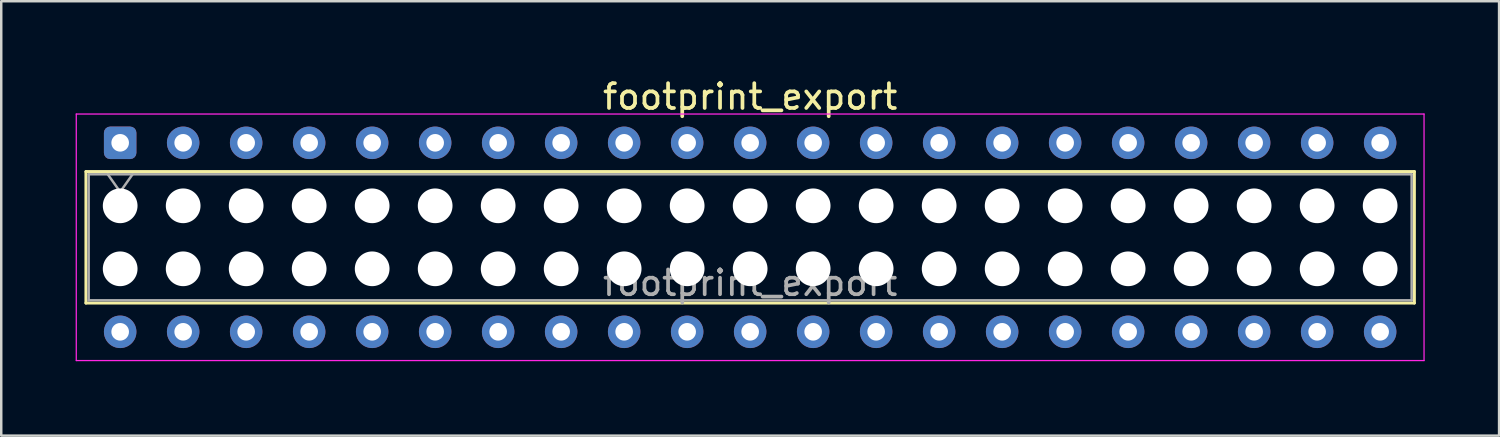
<source format=kicad_pcb>
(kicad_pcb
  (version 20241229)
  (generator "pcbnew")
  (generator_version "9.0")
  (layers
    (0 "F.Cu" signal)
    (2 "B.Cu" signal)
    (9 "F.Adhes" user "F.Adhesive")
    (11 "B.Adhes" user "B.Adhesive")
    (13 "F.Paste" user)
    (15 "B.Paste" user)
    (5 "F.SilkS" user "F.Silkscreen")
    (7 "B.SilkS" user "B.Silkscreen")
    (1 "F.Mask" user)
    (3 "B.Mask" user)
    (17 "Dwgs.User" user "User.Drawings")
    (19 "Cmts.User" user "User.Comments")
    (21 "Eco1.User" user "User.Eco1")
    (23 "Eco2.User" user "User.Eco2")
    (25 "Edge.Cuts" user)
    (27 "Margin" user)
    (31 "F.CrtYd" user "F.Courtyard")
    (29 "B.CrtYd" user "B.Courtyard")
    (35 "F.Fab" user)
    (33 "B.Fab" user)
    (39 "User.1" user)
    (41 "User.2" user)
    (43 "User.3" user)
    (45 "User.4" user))
  (footprint "footprint_export"
    (layer "F.Cu")
    (at 1.795 2.708)
    (property "Reference" "footprint_export" (at 25.4 -1.86 0) (layer "F.SilkS") (effects (font (size 1 1) (thickness 0.15))))
    (attr through_hole)
    (fp_line (start -1.38 1.16) (end 52.18 1.16) (stroke (width 0.12) (type solid)) (layer "F.SilkS"))
    (fp_line (start -1.38 6.46) (end -1.38 1.16) (stroke (width 0.12) (type solid)) (layer "F.SilkS"))
    (fp_line (start 52.18 1.16) (end 52.18 6.46) (stroke (width 0.12) (type solid)) (layer "F.SilkS"))
    (fp_line (start 52.18 6.46) (end -1.38 6.46) (stroke (width 0.12) (type solid)) (layer "F.SilkS"))
    (fp_line (start -1.77 -1.16) (end 52.57 -1.16) (stroke (width 0.05) (type solid)) (layer "F.CrtYd"))
    (fp_line (start -1.77 8.78) (end -1.77 -1.16) (stroke (width 0.05) (type solid)) (layer "F.CrtYd"))
    (fp_line (start 52.57 -1.16) (end 52.57 8.78) (stroke (width 0.05) (type solid)) (layer "F.CrtYd"))
    (fp_line (start 52.57 8.78) (end -1.77 8.78) (stroke (width 0.05) (type solid)) (layer "F.CrtYd"))
    (fp_line (start -1.27 1.27) (end 52.07 1.27) (stroke (width 0.1) (type solid)) (layer "F.Fab"))
    (fp_line (start -1.27 6.35) (end -1.27 1.27) (stroke (width 0.1) (type solid)) (layer "F.Fab"))
    (fp_line (start -0.5 1.27) (end 0 1.977) (stroke (width 0.1) (type solid)) (layer "F.Fab"))
    (fp_line (start 0 1.977) (end 0.5 1.27) (stroke (width 0.1) (type solid)) (layer "F.Fab"))
    (fp_line (start 52.07 1.27) (end 52.07 6.35) (stroke (width 0.1) (type solid)) (layer "F.Fab"))
    (fp_line (start 52.07 6.35) (end -1.27 6.35) (stroke (width 0.1) (type solid)) (layer "F.Fab"))
    (fp_text user "${REFERENCE}" (at 25.4 5.65 0) (layer "F.Fab") (effects (font (size 1 1) (thickness 0.15))))
    (pad "" np_thru_hole circle (at 0 2.54) (size 1.4 1.4) (drill 1.4) (layers "*.Cu" "*.Mask"))
    (pad "" np_thru_hole circle (at 0 5.08) (size 1.4 1.4) (drill 1.4) (layers "*.Cu" "*.Mask"))
    (pad "" np_thru_hole circle (at 2.54 2.54) (size 1.4 1.4) (drill 1.4) (layers "*.Cu" "*.Mask"))
    (pad "" np_thru_hole circle (at 2.54 5.08) (size 1.4 1.4) (drill 1.4) (layers "*.Cu" "*.Mask"))
    (pad "" np_thru_hole circle (at 5.08 2.54) (size 1.4 1.4) (drill 1.4) (layers "*.Cu" "*.Mask"))
    (pad "" np_thru_hole circle (at 5.08 5.08) (size 1.4 1.4) (drill 1.4) (layers "*.Cu" "*.Mask"))
    (pad "" np_thru_hole circle (at 7.62 2.54) (size 1.4 1.4) (drill 1.4) (layers "*.Cu" "*.Mask"))
    (pad "" np_thru_hole circle (at 7.62 5.08) (size 1.4 1.4) (drill 1.4) (layers "*.Cu" "*.Mask"))
    (pad "" np_thru_hole circle (at 10.16 2.54) (size 1.4 1.4) (drill 1.4) (layers "*.Cu" "*.Mask"))
    (pad "" np_thru_hole circle (at 10.16 5.08) (size 1.4 1.4) (drill 1.4) (layers "*.Cu" "*.Mask"))
    (pad "" np_thru_hole circle (at 12.7 2.54) (size 1.4 1.4) (drill 1.4) (layers "*.Cu" "*.Mask"))
    (pad "" np_thru_hole circle (at 12.7 5.08) (size 1.4 1.4) (drill 1.4) (layers "*.Cu" "*.Mask"))
    (pad "" np_thru_hole circle (at 15.24 2.54) (size 1.4 1.4) (drill 1.4) (layers "*.Cu" "*.Mask"))
    (pad "" np_thru_hole circle (at 15.24 5.08) (size 1.4 1.4) (drill 1.4) (layers "*.Cu" "*.Mask"))
    (pad "" np_thru_hole circle (at 17.78 2.54) (size 1.4 1.4) (drill 1.4) (layers "*.Cu" "*.Mask"))
    (pad "" np_thru_hole circle (at 17.78 5.08) (size 1.4 1.4) (drill 1.4) (layers "*.Cu" "*.Mask"))
    (pad "" np_thru_hole circle (at 20.32 2.54) (size 1.4 1.4) (drill 1.4) (layers "*.Cu" "*.Mask"))
    (pad "" np_thru_hole circle (at 20.32 5.08) (size 1.4 1.4) (drill 1.4) (layers "*.Cu" "*.Mask"))
    (pad "" np_thru_hole circle (at 22.86 2.54) (size 1.4 1.4) (drill 1.4) (layers "*.Cu" "*.Mask"))
    (pad "" np_thru_hole circle (at 22.86 5.08) (size 1.4 1.4) (drill 1.4) (layers "*.Cu" "*.Mask"))
    (pad "" np_thru_hole circle (at 25.4 2.54) (size 1.4 1.4) (drill 1.4) (layers "*.Cu" "*.Mask"))
    (pad "" np_thru_hole circle (at 25.4 5.08) (size 1.4 1.4) (drill 1.4) (layers "*.Cu" "*.Mask"))
    (pad "" np_thru_hole circle (at 27.94 2.54) (size 1.4 1.4) (drill 1.4) (layers "*.Cu" "*.Mask"))
    (pad "" np_thru_hole circle (at 27.94 5.08) (size 1.4 1.4) (drill 1.4) (layers "*.Cu" "*.Mask"))
    (pad "" np_thru_hole circle (at 30.48 2.54) (size 1.4 1.4) (drill 1.4) (layers "*.Cu" "*.Mask"))
    (pad "" np_thru_hole circle (at 30.48 5.08) (size 1.4 1.4) (drill 1.4) (layers "*.Cu" "*.Mask"))
    (pad "" np_thru_hole circle (at 33.02 2.54) (size 1.4 1.4) (drill 1.4) (layers "*.Cu" "*.Mask"))
    (pad "" np_thru_hole circle (at 33.02 5.08) (size 1.4 1.4) (drill 1.4) (layers "*.Cu" "*.Mask"))
    (pad "" np_thru_hole circle (at 35.56 2.54) (size 1.4 1.4) (drill 1.4) (layers "*.Cu" "*.Mask"))
    (pad "" np_thru_hole circle (at 35.56 5.08) (size 1.4 1.4) (drill 1.4) (layers "*.Cu" "*.Mask"))
    (pad "" np_thru_hole circle (at 38.1 2.54) (size 1.4 1.4) (drill 1.4) (layers "*.Cu" "*.Mask"))
    (pad "" np_thru_hole circle (at 38.1 5.08) (size 1.4 1.4) (drill 1.4) (layers "*.Cu" "*.Mask"))
    (pad "" np_thru_hole circle (at 40.64 2.54) (size 1.4 1.4) (drill 1.4) (layers "*.Cu" "*.Mask"))
    (pad "" np_thru_hole circle (at 40.64 5.08) (size 1.4 1.4) (drill 1.4) (layers "*.Cu" "*.Mask"))
    (pad "" np_thru_hole circle (at 43.18 2.54) (size 1.4 1.4) (drill 1.4) (layers "*.Cu" "*.Mask"))
    (pad "" np_thru_hole circle (at 43.18 5.08) (size 1.4 1.4) (drill 1.4) (layers "*.Cu" "*.Mask"))
    (pad "" np_thru_hole circle (at 45.72 2.54) (size 1.4 1.4) (drill 1.4) (layers "*.Cu" "*.Mask"))
    (pad "" np_thru_hole circle (at 45.72 5.08) (size 1.4 1.4) (drill 1.4) (layers "*.Cu" "*.Mask"))
    (pad "" np_thru_hole circle (at 48.26 2.54) (size 1.4 1.4) (drill 1.4) (layers "*.Cu" "*.Mask"))
    (pad "" np_thru_hole circle (at 48.26 5.08) (size 1.4 1.4) (drill 1.4) (layers "*.Cu" "*.Mask"))
    (pad "" np_thru_hole circle (at 50.8 2.54) (size 1.4 1.4) (drill 1.4) (layers "*.Cu" "*.Mask"))
    (pad "" np_thru_hole circle (at 50.8 5.08) (size 1.4 1.4) (drill 1.4) (layers "*.Cu" "*.Mask"))
    (pad "1" thru_hole roundrect (at 0 0) (size 1.31 1.31) (drill 0.71) (layers "*.Cu" "*.Mask") (roundrect_rratio 0.191))
    (pad "2" thru_hole circle (at 0 7.62) (size 1.31 1.31) (drill 0.71) (layers "*.Cu" "*.Mask"))
    (pad "3" thru_hole circle (at 2.54 0) (size 1.31 1.31) (drill 0.71) (layers "*.Cu" "*.Mask"))
    (pad "4" thru_hole circle (at 2.54 7.62) (size 1.31 1.31) (drill 0.71) (layers "*.Cu" "*.Mask"))
    (pad "5" thru_hole circle (at 5.08 0) (size 1.31 1.31) (drill 0.71) (layers "*.Cu" "*.Mask"))
    (pad "6" thru_hole circle (at 5.08 7.62) (size 1.31 1.31) (drill 0.71) (layers "*.Cu" "*.Mask"))
    (pad "7" thru_hole circle (at 7.62 0) (size 1.31 1.31) (drill 0.71) (layers "*.Cu" "*.Mask"))
    (pad "8" thru_hole circle (at 7.62 7.62) (size 1.31 1.31) (drill 0.71) (layers "*.Cu" "*.Mask"))
    (pad "9" thru_hole circle (at 10.16 0) (size 1.31 1.31) (drill 0.71) (layers "*.Cu" "*.Mask"))
    (pad "10" thru_hole circle (at 10.16 7.62) (size 1.31 1.31) (drill 0.71) (layers "*.Cu" "*.Mask"))
    (pad "11" thru_hole circle (at 12.7 0) (size 1.31 1.31) (drill 0.71) (layers "*.Cu" "*.Mask"))
    (pad "12" thru_hole circle (at 12.7 7.62) (size 1.31 1.31) (drill 0.71) (layers "*.Cu" "*.Mask"))
    (pad "13" thru_hole circle (at 15.24 0) (size 1.31 1.31) (drill 0.71) (layers "*.Cu" "*.Mask"))
    (pad "14" thru_hole circle (at 15.24 7.62) (size 1.31 1.31) (drill 0.71) (layers "*.Cu" "*.Mask"))
    (pad "15" thru_hole circle (at 17.78 0) (size 1.31 1.31) (drill 0.71) (layers "*.Cu" "*.Mask"))
    (pad "16" thru_hole circle (at 17.78 7.62) (size 1.31 1.31) (drill 0.71) (layers "*.Cu" "*.Mask"))
    (pad "17" thru_hole circle (at 20.32 0) (size 1.31 1.31) (drill 0.71) (layers "*.Cu" "*.Mask"))
    (pad "18" thru_hole circle (at 20.32 7.62) (size 1.31 1.31) (drill 0.71) (layers "*.Cu" "*.Mask"))
    (pad "19" thru_hole circle (at 22.86 0) (size 1.31 1.31) (drill 0.71) (layers "*.Cu" "*.Mask"))
    (pad "20" thru_hole circle (at 22.86 7.62) (size 1.31 1.31) (drill 0.71) (layers "*.Cu" "*.Mask"))
    (pad "21" thru_hole circle (at 25.4 0) (size 1.31 1.31) (drill 0.71) (layers "*.Cu" "*.Mask"))
    (pad "22" thru_hole circle (at 25.4 7.62) (size 1.31 1.31) (drill 0.71) (layers "*.Cu" "*.Mask"))
    (pad "23" thru_hole circle (at 27.94 0) (size 1.31 1.31) (drill 0.71) (layers "*.Cu" "*.Mask"))
    (pad "24" thru_hole circle (at 27.94 7.62) (size 1.31 1.31) (drill 0.71) (layers "*.Cu" "*.Mask"))
    (pad "25" thru_hole circle (at 30.48 0) (size 1.31 1.31) (drill 0.71) (layers "*.Cu" "*.Mask"))
    (pad "26" thru_hole circle (at 30.48 7.62) (size 1.31 1.31) (drill 0.71) (layers "*.Cu" "*.Mask"))
    (pad "27" thru_hole circle (at 33.02 0) (size 1.31 1.31) (drill 0.71) (layers "*.Cu" "*.Mask"))
    (pad "28" thru_hole circle (at 33.02 7.62) (size 1.31 1.31) (drill 0.71) (layers "*.Cu" "*.Mask"))
    (pad "29" thru_hole circle (at 35.56 0) (size 1.31 1.31) (drill 0.71) (layers "*.Cu" "*.Mask"))
    (pad "30" thru_hole circle (at 35.56 7.62) (size 1.31 1.31) (drill 0.71) (layers "*.Cu" "*.Mask"))
    (pad "31" thru_hole circle (at 38.1 0) (size 1.31 1.31) (drill 0.71) (layers "*.Cu" "*.Mask"))
    (pad "32" thru_hole circle (at 38.1 7.62) (size 1.31 1.31) (drill 0.71) (layers "*.Cu" "*.Mask"))
    (pad "33" thru_hole circle (at 40.64 0) (size 1.31 1.31) (drill 0.71) (layers "*.Cu" "*.Mask"))
    (pad "34" thru_hole circle (at 40.64 7.62) (size 1.31 1.31) (drill 0.71) (layers "*.Cu" "*.Mask"))
    (pad "35" thru_hole circle (at 43.18 0) (size 1.31 1.31) (drill 0.71) (layers "*.Cu" "*.Mask"))
    (pad "36" thru_hole circle (at 43.18 7.62) (size 1.31 1.31) (drill 0.71) (layers "*.Cu" "*.Mask"))
    (pad "37" thru_hole circle (at 45.72 0) (size 1.31 1.31) (drill 0.71) (layers "*.Cu" "*.Mask"))
    (pad "38" thru_hole circle (at 45.72 7.62) (size 1.31 1.31) (drill 0.71) (layers "*.Cu" "*.Mask"))
    (pad "39" thru_hole circle (at 48.26 0) (size 1.31 1.31) (drill 0.71) (layers "*.Cu" "*.Mask"))
    (pad "40" thru_hole circle (at 48.26 7.62) (size 1.31 1.31) (drill 0.71) (layers "*.Cu" "*.Mask"))
    (pad "41" thru_hole circle (at 50.8 0) (size 1.31 1.31) (drill 0.71) (layers "*.Cu" "*.Mask"))
    (pad "42" thru_hole circle (at 50.8 7.62) (size 1.31 1.31) (drill 0.71) (layers "*.Cu" "*.Mask")))
  (gr_rect
    (start -3 -3)
    (end 57.39 14.513)
    (stroke (width 0.1) (type default))
    (fill no)
    (layer "Edge.Cuts")))
</source>
